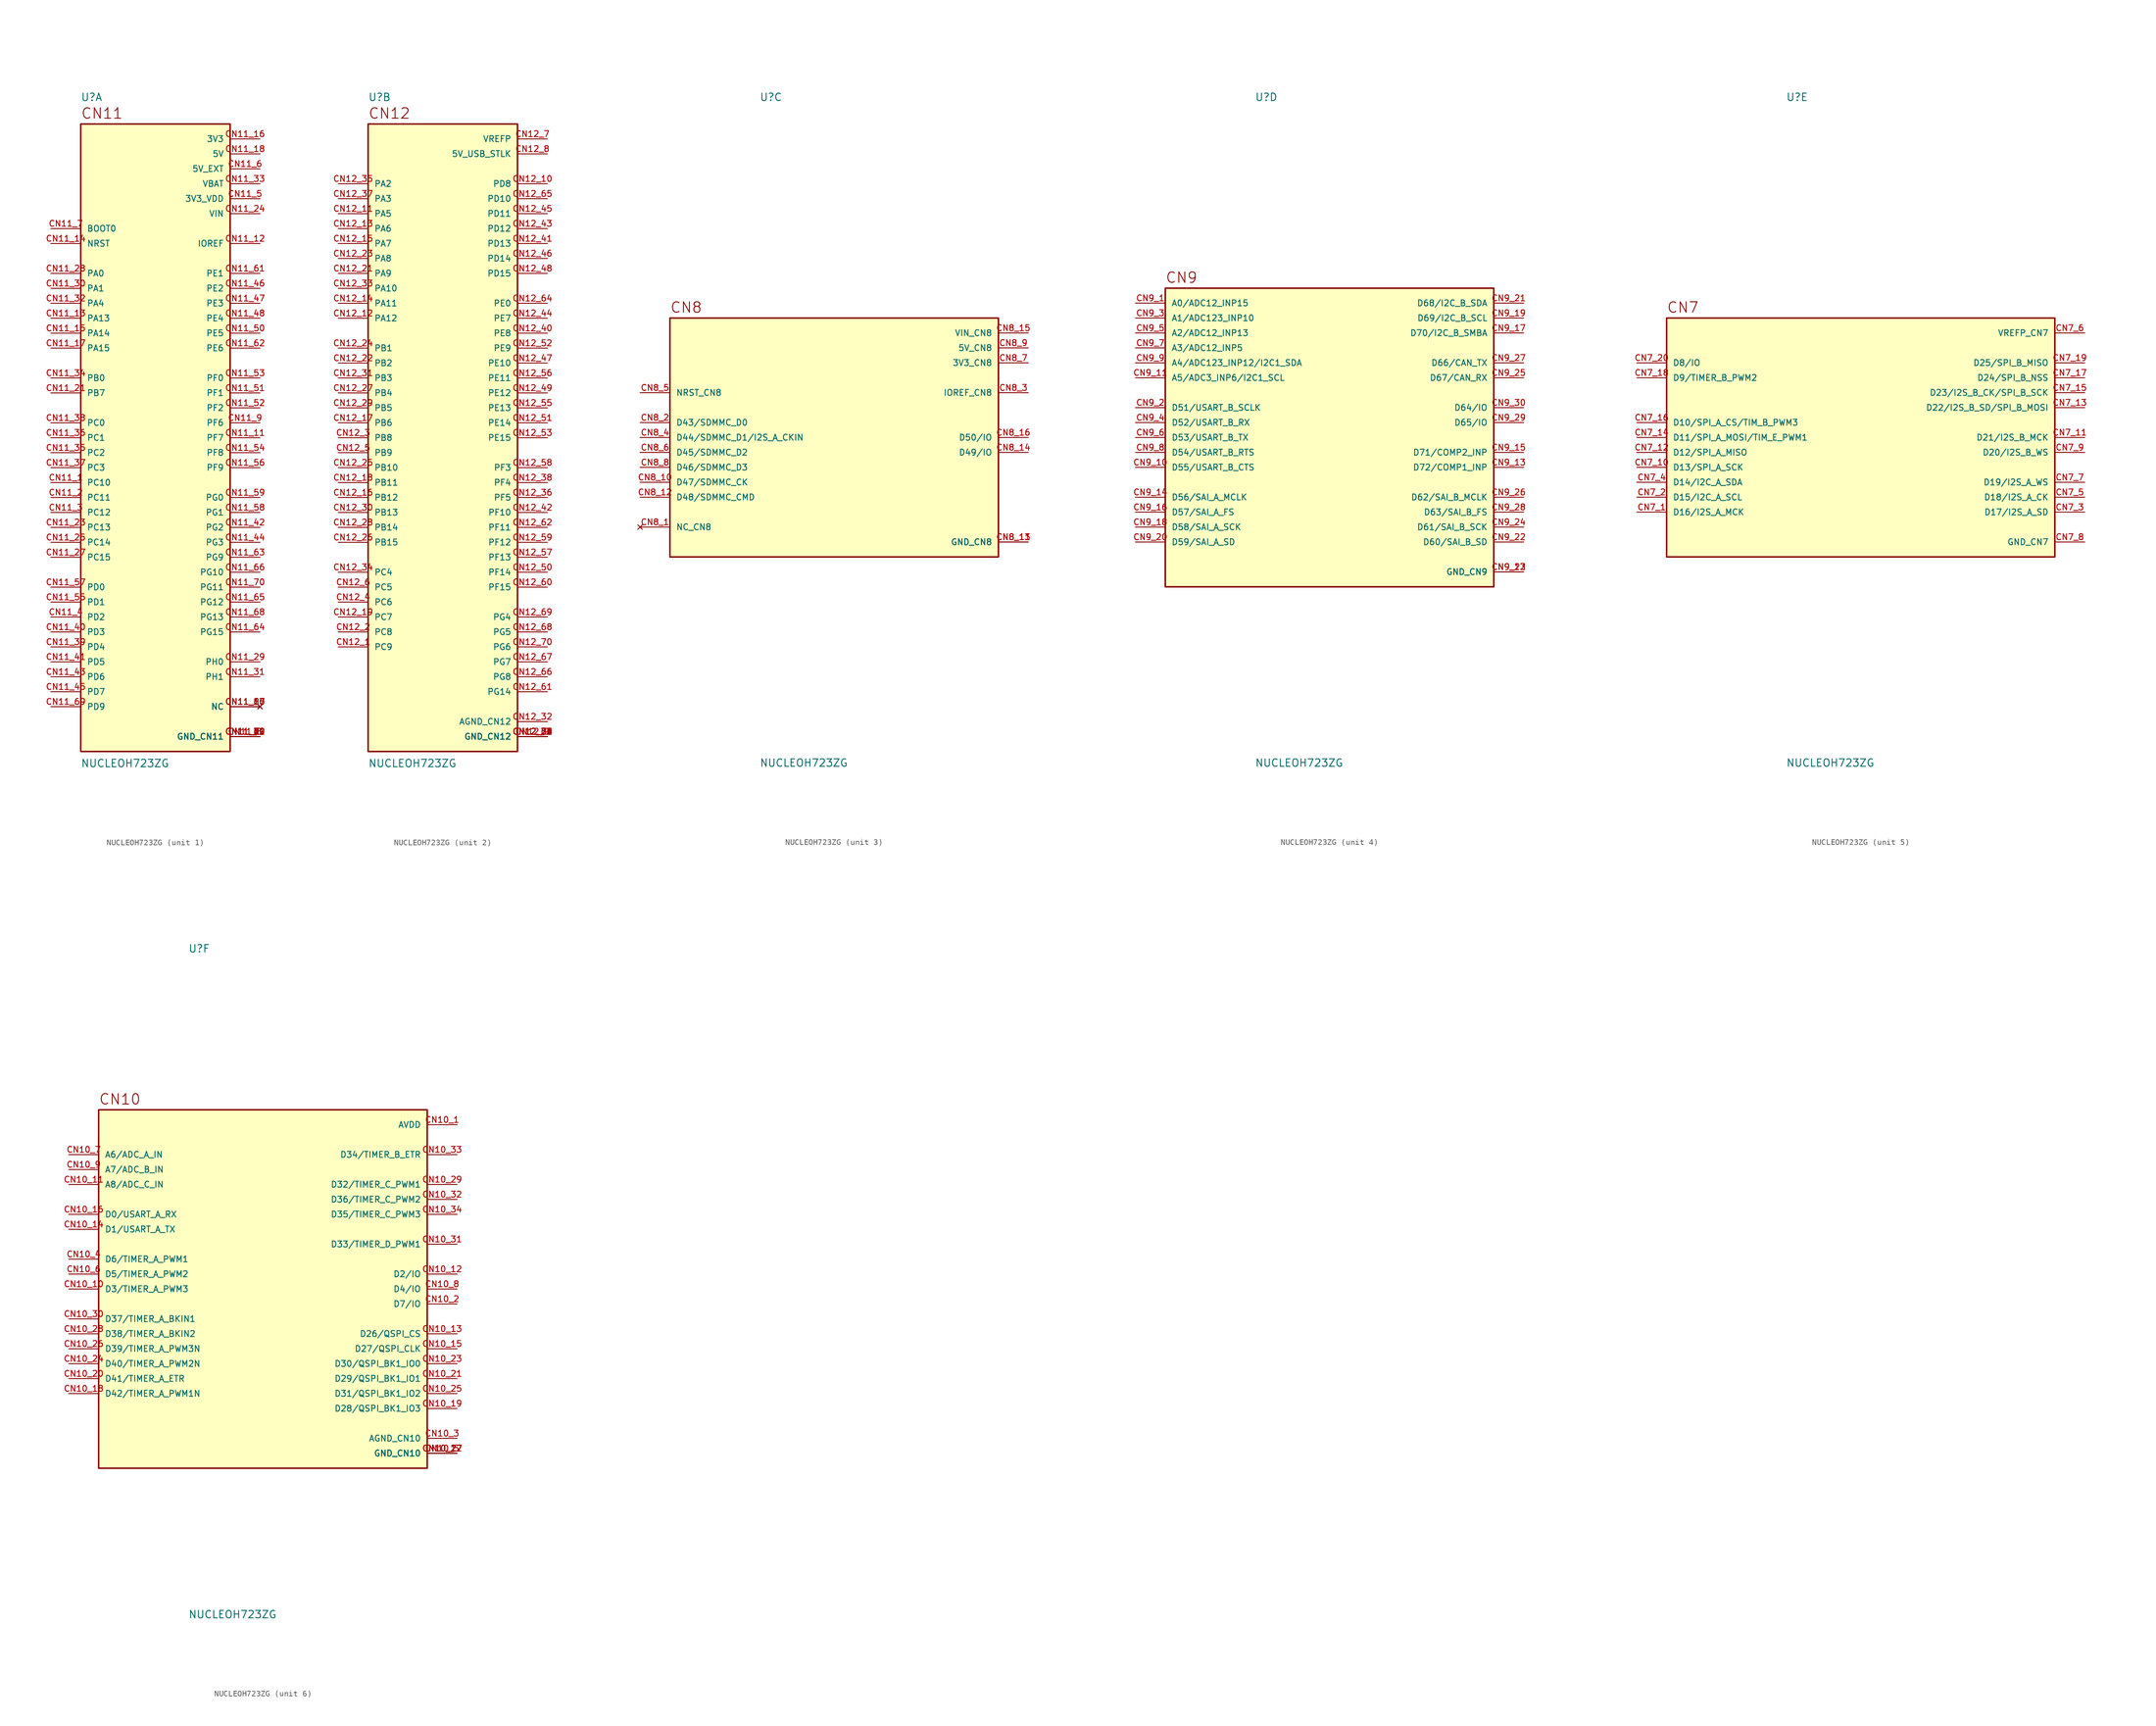
<source format=kicad_sym>
(kicad_symbol_lib
  (version 20220914)
  (generator kicad_symbol_editor)
  (symbol "NUCLEOH723ZG"
    (pin_names
      (offset 1.016))
    (property "Reference" "U"
      (at -12.7 57.15 0)
      (effects (font (size 1.27 1.27)) (justify left bottom)))
    (property "Value" "NUCLEOH723ZG"
      (at -12.7 -54.61 0)
      (effects (font (size 1.27 1.27)) (justify left top)))
    (symbol "NUCLEOH723ZG_1_0"
      (rectangle (start -12.7 -53.34) (end 12.7 53.34) (stroke (width 0.254) (type default)) (fill (type background)))
      (text "CN11" (at -12.7 54.102 0) (effects (font (size 1.778 1.778)) (justify left bottom)))
      (pin bidirectional line (at -17.78 -7.62 0) (length 5.08) (name "PC10" (effects (font (size 1.016 1.016)))) (number "CN11_1" (effects (font (size 1.016 1.016)))))
      (pin no_connect line (at 17.78 -45.72 180) (length 5.08) (name "NC" (effects (font (size 1.016 1.016)))) (number "CN11_10" (effects (font (size 1.016 1.016)))))
      (pin bidirectional line (at 17.78 0 180) (length 5.08) (name "PF7" (effects (font (size 1.016 1.016)))) (number "CN11_11" (effects (font (size 1.016 1.016)))))
      (pin bidirectional line (at 17.78 33.02 180) (length 5.08) (name "IOREF" (effects (font (size 1.016 1.016)))) (number "CN11_12" (effects (font (size 1.016 1.016)))))
      (pin bidirectional line (at -17.78 20.32 0) (length 5.08) (name "PA13" (effects (font (size 1.016 1.016)))) (number "CN11_13" (effects (font (size 1.016 1.016)))))
      (pin input line (at -17.78 33.02 0) (length 5.08) (name "NRST" (effects (font (size 1.016 1.016)))) (number "CN11_14" (effects (font (size 1.016 1.016)))))
      (pin bidirectional line (at -17.78 17.78 0) (length 5.08) (name "PA14" (effects (font (size 1.016 1.016)))) (number "CN11_15" (effects (font (size 1.016 1.016)))))
      (pin power_in line (at 17.78 50.8 180) (length 5.08) (name "3V3" (effects (font (size 1.016 1.016)))) (number "CN11_16" (effects (font (size 1.016 1.016)))))
      (pin bidirectional line (at -17.78 15.24 0) (length 5.08) (name "PA15" (effects (font (size 1.016 1.016)))) (number "CN11_17" (effects (font (size 1.016 1.016)))))
      (pin power_in line (at 17.78 48.26 180) (length 5.08) (name "5V" (effects (font (size 1.016 1.016)))) (number "CN11_18" (effects (font (size 1.016 1.016)))))
      (pin power_in line (at 17.78 -50.8 180) (length 5.08) (name "GND_CN11" (effects (font (size 1.016 1.016)))) (number "CN11_19" (effects (font (size 1.016 1.016)))))
      (pin bidirectional line (at -17.78 -10.16 0) (length 5.08) (name "PC11" (effects (font (size 1.016 1.016)))) (number "CN11_2" (effects (font (size 1.016 1.016)))))
      (pin power_in line (at 17.78 -50.8 180) (length 5.08) (name "GND_CN11" (effects (font (size 1.016 1.016)))) (number "CN11_20" (effects (font (size 1.016 1.016)))))
      (pin bidirectional line (at -17.78 7.62 0) (length 5.08) (name "PB7" (effects (font (size 1.016 1.016)))) (number "CN11_21" (effects (font (size 1.016 1.016)))))
      (pin power_in line (at 17.78 -50.8 180) (length 5.08) (name "GND_CN11" (effects (font (size 1.016 1.016)))) (number "CN11_22" (effects (font (size 1.016 1.016)))))
      (pin bidirectional line (at -17.78 -15.24 0) (length 5.08) (name "PC13" (effects (font (size 1.016 1.016)))) (number "CN11_23" (effects (font (size 1.016 1.016)))))
      (pin power_in line (at 17.78 38.1 180) (length 5.08) (name "VIN" (effects (font (size 1.016 1.016)))) (number "CN11_24" (effects (font (size 1.016 1.016)))))
      (pin bidirectional line (at -17.78 -17.78 0) (length 5.08) (name "PC14" (effects (font (size 1.016 1.016)))) (number "CN11_25" (effects (font (size 1.016 1.016)))))
      (pin no_connect line (at 17.78 -45.72 180) (length 5.08) (name "NC" (effects (font (size 1.016 1.016)))) (number "CN11_26" (effects (font (size 1.016 1.016)))))
      (pin bidirectional line (at -17.78 -20.32 0) (length 5.08) (name "PC15" (effects (font (size 1.016 1.016)))) (number "CN11_27" (effects (font (size 1.016 1.016)))))
      (pin bidirectional line (at -17.78 27.94 0) (length 5.08) (name "PA0" (effects (font (size 1.016 1.016)))) (number "CN11_28" (effects (font (size 1.016 1.016)))))
      (pin bidirectional line (at 17.78 -38.1 180) (length 5.08) (name "PH0" (effects (font (size 1.016 1.016)))) (number "CN11_29" (effects (font (size 1.016 1.016)))))
      (pin bidirectional line (at -17.78 -12.7 0) (length 5.08) (name "PC12" (effects (font (size 1.016 1.016)))) (number "CN11_3" (effects (font (size 1.016 1.016)))))
      (pin bidirectional line (at -17.78 25.4 0) (length 5.08) (name "PA1" (effects (font (size 1.016 1.016)))) (number "CN11_30" (effects (font (size 1.016 1.016)))))
      (pin bidirectional line (at 17.78 -40.64 180) (length 5.08) (name "PH1" (effects (font (size 1.016 1.016)))) (number "CN11_31" (effects (font (size 1.016 1.016)))))
      (pin bidirectional line (at -17.78 22.86 0) (length 5.08) (name "PA4" (effects (font (size 1.016 1.016)))) (number "CN11_32" (effects (font (size 1.016 1.016)))))
      (pin power_in line (at 17.78 43.18 180) (length 5.08) (name "VBAT" (effects (font (size 1.016 1.016)))) (number "CN11_33" (effects (font (size 1.016 1.016)))))
      (pin bidirectional line (at -17.78 10.16 0) (length 5.08) (name "PB0" (effects (font (size 1.016 1.016)))) (number "CN11_34" (effects (font (size 1.016 1.016)))))
      (pin bidirectional line (at -17.78 -2.54 0) (length 5.08) (name "PC2" (effects (font (size 1.016 1.016)))) (number "CN11_35" (effects (font (size 1.016 1.016)))))
      (pin bidirectional line (at -17.78 0 0) (length 5.08) (name "PC1" (effects (font (size 1.016 1.016)))) (number "CN11_36" (effects (font (size 1.016 1.016)))))
      (pin bidirectional line (at -17.78 -5.08 0) (length 5.08) (name "PC3" (effects (font (size 1.016 1.016)))) (number "CN11_37" (effects (font (size 1.016 1.016)))))
      (pin bidirectional line (at -17.78 2.54 0) (length 5.08) (name "PC0" (effects (font (size 1.016 1.016)))) (number "CN11_38" (effects (font (size 1.016 1.016)))))
      (pin bidirectional line (at -17.78 -35.56 0) (length 5.08) (name "PD4" (effects (font (size 1.016 1.016)))) (number "CN11_39" (effects (font (size 1.016 1.016)))))
      (pin bidirectional line (at -17.78 -30.48 0) (length 5.08) (name "PD2" (effects (font (size 1.016 1.016)))) (number "CN11_4" (effects (font (size 1.016 1.016)))))
      (pin bidirectional line (at -17.78 -33.02 0) (length 5.08) (name "PD3" (effects (font (size 1.016 1.016)))) (number "CN11_40" (effects (font (size 1.016 1.016)))))
      (pin bidirectional line (at -17.78 -38.1 0) (length 5.08) (name "PD5" (effects (font (size 1.016 1.016)))) (number "CN11_41" (effects (font (size 1.016 1.016)))))
      (pin bidirectional line (at 17.78 -15.24 180) (length 5.08) (name "PG2" (effects (font (size 1.016 1.016)))) (number "CN11_42" (effects (font (size 1.016 1.016)))))
      (pin bidirectional line (at -17.78 -40.64 0) (length 5.08) (name "PD6" (effects (font (size 1.016 1.016)))) (number "CN11_43" (effects (font (size 1.016 1.016)))))
      (pin bidirectional line (at 17.78 -17.78 180) (length 5.08) (name "PG3" (effects (font (size 1.016 1.016)))) (number "CN11_44" (effects (font (size 1.016 1.016)))))
      (pin bidirectional line (at -17.78 -43.18 0) (length 5.08) (name "PD7" (effects (font (size 1.016 1.016)))) (number "CN11_45" (effects (font (size 1.016 1.016)))))
      (pin bidirectional line (at 17.78 25.4 180) (length 5.08) (name "PE2" (effects (font (size 1.016 1.016)))) (number "CN11_46" (effects (font (size 1.016 1.016)))))
      (pin bidirectional line (at 17.78 22.86 180) (length 5.08) (name "PE3" (effects (font (size 1.016 1.016)))) (number "CN11_47" (effects (font (size 1.016 1.016)))))
      (pin bidirectional line (at 17.78 20.32 180) (length 5.08) (name "PE4" (effects (font (size 1.016 1.016)))) (number "CN11_48" (effects (font (size 1.016 1.016)))))
      (pin power_in line (at 17.78 -50.8 180) (length 5.08) (name "GND_CN11" (effects (font (size 1.016 1.016)))) (number "CN11_49" (effects (font (size 1.016 1.016)))))
      (pin power_in line (at 17.78 40.64 180) (length 5.08) (name "3V3_VDD" (effects (font (size 1.016 1.016)))) (number "CN11_5" (effects (font (size 1.016 1.016)))))
      (pin bidirectional line (at 17.78 17.78 180) (length 5.08) (name "PE5" (effects (font (size 1.016 1.016)))) (number "CN11_50" (effects (font (size 1.016 1.016)))))
      (pin bidirectional line (at 17.78 7.62 180) (length 5.08) (name "PF1" (effects (font (size 1.016 1.016)))) (number "CN11_51" (effects (font (size 1.016 1.016)))))
      (pin bidirectional line (at 17.78 5.08 180) (length 5.08) (name "PF2" (effects (font (size 1.016 1.016)))) (number "CN11_52" (effects (font (size 1.016 1.016)))))
      (pin bidirectional line (at 17.78 10.16 180) (length 5.08) (name "PF0" (effects (font (size 1.016 1.016)))) (number "CN11_53" (effects (font (size 1.016 1.016)))))
      (pin bidirectional line (at 17.78 -2.54 180) (length 5.08) (name "PF8" (effects (font (size 1.016 1.016)))) (number "CN11_54" (effects (font (size 1.016 1.016)))))
      (pin bidirectional line (at -17.78 -27.94 0) (length 5.08) (name "PD1" (effects (font (size 1.016 1.016)))) (number "CN11_55" (effects (font (size 1.016 1.016)))))
      (pin bidirectional line (at 17.78 -5.08 180) (length 5.08) (name "PF9" (effects (font (size 1.016 1.016)))) (number "CN11_56" (effects (font (size 1.016 1.016)))))
      (pin bidirectional line (at -17.78 -25.4 0) (length 5.08) (name "PD0" (effects (font (size 1.016 1.016)))) (number "CN11_57" (effects (font (size 1.016 1.016)))))
      (pin bidirectional line (at 17.78 -12.7 180) (length 5.08) (name "PG1" (effects (font (size 1.016 1.016)))) (number "CN11_58" (effects (font (size 1.016 1.016)))))
      (pin bidirectional line (at 17.78 -10.16 180) (length 5.08) (name "PG0" (effects (font (size 1.016 1.016)))) (number "CN11_59" (effects (font (size 1.016 1.016)))))
      (pin power_in line (at 17.78 45.72 180) (length 5.08) (name "5V_EXT" (effects (font (size 1.016 1.016)))) (number "CN11_6" (effects (font (size 1.016 1.016)))))
      (pin power_in line (at 17.78 -50.8 180) (length 5.08) (name "GND_CN11" (effects (font (size 1.016 1.016)))) (number "CN11_60" (effects (font (size 1.016 1.016)))))
      (pin bidirectional line (at 17.78 27.94 180) (length 5.08) (name "PE1" (effects (font (size 1.016 1.016)))) (number "CN11_61" (effects (font (size 1.016 1.016)))))
      (pin bidirectional line (at 17.78 15.24 180) (length 5.08) (name "PE6" (effects (font (size 1.016 1.016)))) (number "CN11_62" (effects (font (size 1.016 1.016)))))
      (pin bidirectional line (at 17.78 -20.32 180) (length 5.08) (name "PG9" (effects (font (size 1.016 1.016)))) (number "CN11_63" (effects (font (size 1.016 1.016)))))
      (pin bidirectional line (at 17.78 -33.02 180) (length 5.08) (name "PG15" (effects (font (size 1.016 1.016)))) (number "CN11_64" (effects (font (size 1.016 1.016)))))
      (pin bidirectional line (at 17.78 -27.94 180) (length 5.08) (name "PG12" (effects (font (size 1.016 1.016)))) (number "CN11_65" (effects (font (size 1.016 1.016)))))
      (pin bidirectional line (at 17.78 -22.86 180) (length 5.08) (name "PG10" (effects (font (size 1.016 1.016)))) (number "CN11_66" (effects (font (size 1.016 1.016)))))
      (pin no_connect line (at 17.78 -45.72 180) (length 5.08) (name "NC" (effects (font (size 1.016 1.016)))) (number "CN11_67" (effects (font (size 1.016 1.016)))))
      (pin bidirectional line (at 17.78 -30.48 180) (length 5.08) (name "PG13" (effects (font (size 1.016 1.016)))) (number "CN11_68" (effects (font (size 1.016 1.016)))))
      (pin bidirectional line (at -17.78 -45.72 0) (length 5.08) (name "PD9" (effects (font (size 1.016 1.016)))) (number "CN11_69" (effects (font (size 1.016 1.016)))))
      (pin input line (at -17.78 35.56 0) (length 5.08) (name "BOOT0" (effects (font (size 1.016 1.016)))) (number "CN11_7" (effects (font (size 1.016 1.016)))))
      (pin bidirectional line (at 17.78 -25.4 180) (length 5.08) (name "PG11" (effects (font (size 1.016 1.016)))) (number "CN11_70" (effects (font (size 1.016 1.016)))))
      (pin power_in line (at 17.78 -50.8 180) (length 5.08) (name "GND_CN11" (effects (font (size 1.016 1.016)))) (number "CN11_71" (effects (font (size 1.016 1.016)))))
      (pin power_in line (at 17.78 -50.8 180) (length 5.08) (name "GND_CN11" (effects (font (size 1.016 1.016)))) (number "CN11_72" (effects (font (size 1.016 1.016)))))
      (pin power_in line (at 17.78 -50.8 180) (length 5.08) (name "GND_CN11" (effects (font (size 1.016 1.016)))) (number "CN11_8" (effects (font (size 1.016 1.016)))))
      (pin bidirectional line (at 17.78 2.54 180) (length 5.08) (name "PF6" (effects (font (size 1.016 1.016)))) (number "CN11_9" (effects (font (size 1.016 1.016))))))
    (symbol "NUCLEOH723ZG_2_0"
      (rectangle (start -12.7 -53.34) (end 12.7 53.34) (stroke (width 0.254) (type default)) (fill (type background)))
      (text "CN12" (at -12.7 54.102 0) (effects (font (size 1.778 1.778)) (justify left bottom)))
      (pin bidirectional line (at -17.78 -35.56 0) (length 5.08) (name "PC9" (effects (font (size 1.016 1.016)))) (number "CN12_1" (effects (font (size 1.016 1.016)))))
      (pin bidirectional line (at 17.78 43.18 180) (length 5.08) (name "PD8" (effects (font (size 1.016 1.016)))) (number "CN12_10" (effects (font (size 1.016 1.016)))))
      (pin bidirectional line (at -17.78 38.1 0) (length 5.08) (name "PA5" (effects (font (size 1.016 1.016)))) (number "CN12_11" (effects (font (size 1.016 1.016)))))
      (pin bidirectional line (at -17.78 20.32 0) (length 5.08) (name "PA12" (effects (font (size 1.016 1.016)))) (number "CN12_12" (effects (font (size 1.016 1.016)))))
      (pin bidirectional line (at -17.78 35.56 0) (length 5.08) (name "PA6" (effects (font (size 1.016 1.016)))) (number "CN12_13" (effects (font (size 1.016 1.016)))))
      (pin bidirectional line (at -17.78 22.86 0) (length 5.08) (name "PA11" (effects (font (size 1.016 1.016)))) (number "CN12_14" (effects (font (size 1.016 1.016)))))
      (pin bidirectional line (at -17.78 33.02 0) (length 5.08) (name "PA7" (effects (font (size 1.016 1.016)))) (number "CN12_15" (effects (font (size 1.016 1.016)))))
      (pin bidirectional line (at -17.78 -10.16 0) (length 5.08) (name "PB12" (effects (font (size 1.016 1.016)))) (number "CN12_16" (effects (font (size 1.016 1.016)))))
      (pin bidirectional line (at -17.78 2.54 0) (length 5.08) (name "PB6" (effects (font (size 1.016 1.016)))) (number "CN12_17" (effects (font (size 1.016 1.016)))))
      (pin bidirectional line (at -17.78 -7.62 0) (length 5.08) (name "PB11" (effects (font (size 1.016 1.016)))) (number "CN12_18" (effects (font (size 1.016 1.016)))))
      (pin bidirectional line (at -17.78 -30.48 0) (length 5.08) (name "PC7" (effects (font (size 1.016 1.016)))) (number "CN12_19" (effects (font (size 1.016 1.016)))))
      (pin bidirectional line (at -17.78 -33.02 0) (length 5.08) (name "PC8" (effects (font (size 1.016 1.016)))) (number "CN12_2" (effects (font (size 1.016 1.016)))))
      (pin power_in line (at 17.78 -50.8 180) (length 5.08) (name "GND_CN12" (effects (font (size 1.016 1.016)))) (number "CN12_20" (effects (font (size 1.016 1.016)))))
      (pin bidirectional line (at -17.78 27.94 0) (length 5.08) (name "PA9" (effects (font (size 1.016 1.016)))) (number "CN12_21" (effects (font (size 1.016 1.016)))))
      (pin bidirectional line (at -17.78 12.7 0) (length 5.08) (name "PB2" (effects (font (size 1.016 1.016)))) (number "CN12_22" (effects (font (size 1.016 1.016)))))
      (pin bidirectional line (at -17.78 30.48 0) (length 5.08) (name "PA8" (effects (font (size 1.016 1.016)))) (number "CN12_23" (effects (font (size 1.016 1.016)))))
      (pin bidirectional line (at -17.78 15.24 0) (length 5.08) (name "PB1" (effects (font (size 1.016 1.016)))) (number "CN12_24" (effects (font (size 1.016 1.016)))))
      (pin bidirectional line (at -17.78 -5.08 0) (length 5.08) (name "PB10" (effects (font (size 1.016 1.016)))) (number "CN12_25" (effects (font (size 1.016 1.016)))))
      (pin bidirectional line (at -17.78 -17.78 0) (length 5.08) (name "PB15" (effects (font (size 1.016 1.016)))) (number "CN12_26" (effects (font (size 1.016 1.016)))))
      (pin bidirectional line (at -17.78 7.62 0) (length 5.08) (name "PB4" (effects (font (size 1.016 1.016)))) (number "CN12_27" (effects (font (size 1.016 1.016)))))
      (pin bidirectional line (at -17.78 -15.24 0) (length 5.08) (name "PB14" (effects (font (size 1.016 1.016)))) (number "CN12_28" (effects (font (size 1.016 1.016)))))
      (pin bidirectional line (at -17.78 5.08 0) (length 5.08) (name "PB5" (effects (font (size 1.016 1.016)))) (number "CN12_29" (effects (font (size 1.016 1.016)))))
      (pin bidirectional line (at -17.78 0 0) (length 5.08) (name "PB8" (effects (font (size 1.016 1.016)))) (number "CN12_3" (effects (font (size 1.016 1.016)))))
      (pin bidirectional line (at -17.78 -12.7 0) (length 5.08) (name "PB13" (effects (font (size 1.016 1.016)))) (number "CN12_30" (effects (font (size 1.016 1.016)))))
      (pin bidirectional line (at -17.78 10.16 0) (length 5.08) (name "PB3" (effects (font (size 1.016 1.016)))) (number "CN12_31" (effects (font (size 1.016 1.016)))))
      (pin power_in line (at 17.78 -48.26 180) (length 5.08) (name "AGND_CN12" (effects (font (size 1.016 1.016)))) (number "CN12_32" (effects (font (size 1.016 1.016)))))
      (pin bidirectional line (at -17.78 25.4 0) (length 5.08) (name "PA10" (effects (font (size 1.016 1.016)))) (number "CN12_33" (effects (font (size 1.016 1.016)))))
      (pin bidirectional line (at -17.78 -22.86 0) (length 5.08) (name "PC4" (effects (font (size 1.016 1.016)))) (number "CN12_34" (effects (font (size 1.016 1.016)))))
      (pin bidirectional line (at -17.78 43.18 0) (length 5.08) (name "PA2" (effects (font (size 1.016 1.016)))) (number "CN12_35" (effects (font (size 1.016 1.016)))))
      (pin bidirectional line (at 17.78 -10.16 180) (length 5.08) (name "PF5" (effects (font (size 1.016 1.016)))) (number "CN12_36" (effects (font (size 1.016 1.016)))))
      (pin bidirectional line (at -17.78 40.64 0) (length 5.08) (name "PA3" (effects (font (size 1.016 1.016)))) (number "CN12_37" (effects (font (size 1.016 1.016)))))
      (pin bidirectional line (at 17.78 -7.62 180) (length 5.08) (name "PF4" (effects (font (size 1.016 1.016)))) (number "CN12_38" (effects (font (size 1.016 1.016)))))
      (pin power_in line (at 17.78 -50.8 180) (length 5.08) (name "GND_CN12" (effects (font (size 1.016 1.016)))) (number "CN12_39" (effects (font (size 1.016 1.016)))))
      (pin bidirectional line (at -17.78 -27.94 0) (length 5.08) (name "PC6" (effects (font (size 1.016 1.016)))) (number "CN12_4" (effects (font (size 1.016 1.016)))))
      (pin bidirectional line (at 17.78 17.78 180) (length 5.08) (name "PE8" (effects (font (size 1.016 1.016)))) (number "CN12_40" (effects (font (size 1.016 1.016)))))
      (pin bidirectional line (at 17.78 33.02 180) (length 5.08) (name "PD13" (effects (font (size 1.016 1.016)))) (number "CN12_41" (effects (font (size 1.016 1.016)))))
      (pin bidirectional line (at 17.78 -12.7 180) (length 5.08) (name "PF10" (effects (font (size 1.016 1.016)))) (number "CN12_42" (effects (font (size 1.016 1.016)))))
      (pin bidirectional line (at 17.78 35.56 180) (length 5.08) (name "PD12" (effects (font (size 1.016 1.016)))) (number "CN12_43" (effects (font (size 1.016 1.016)))))
      (pin bidirectional line (at 17.78 20.32 180) (length 5.08) (name "PE7" (effects (font (size 1.016 1.016)))) (number "CN12_44" (effects (font (size 1.016 1.016)))))
      (pin bidirectional line (at 17.78 38.1 180) (length 5.08) (name "PD11" (effects (font (size 1.016 1.016)))) (number "CN12_45" (effects (font (size 1.016 1.016)))))
      (pin bidirectional line (at 17.78 30.48 180) (length 5.08) (name "PD14" (effects (font (size 1.016 1.016)))) (number "CN12_46" (effects (font (size 1.016 1.016)))))
      (pin bidirectional line (at 17.78 12.7 180) (length 5.08) (name "PE10" (effects (font (size 1.016 1.016)))) (number "CN12_47" (effects (font (size 1.016 1.016)))))
      (pin bidirectional line (at 17.78 27.94 180) (length 5.08) (name "PD15" (effects (font (size 1.016 1.016)))) (number "CN12_48" (effects (font (size 1.016 1.016)))))
      (pin bidirectional line (at 17.78 7.62 180) (length 5.08) (name "PE12" (effects (font (size 1.016 1.016)))) (number "CN12_49" (effects (font (size 1.016 1.016)))))
      (pin bidirectional line (at -17.78 -2.54 0) (length 5.08) (name "PB9" (effects (font (size 1.016 1.016)))) (number "CN12_5" (effects (font (size 1.016 1.016)))))
      (pin bidirectional line (at 17.78 -22.86 180) (length 5.08) (name "PF14" (effects (font (size 1.016 1.016)))) (number "CN12_50" (effects (font (size 1.016 1.016)))))
      (pin bidirectional line (at 17.78 2.54 180) (length 5.08) (name "PE14" (effects (font (size 1.016 1.016)))) (number "CN12_51" (effects (font (size 1.016 1.016)))))
      (pin bidirectional line (at 17.78 15.24 180) (length 5.08) (name "PE9" (effects (font (size 1.016 1.016)))) (number "CN12_52" (effects (font (size 1.016 1.016)))))
      (pin bidirectional line (at 17.78 0 180) (length 5.08) (name "PE15" (effects (font (size 1.016 1.016)))) (number "CN12_53" (effects (font (size 1.016 1.016)))))
      (pin power_in line (at 17.78 -50.8 180) (length 5.08) (name "GND_CN12" (effects (font (size 1.016 1.016)))) (number "CN12_54" (effects (font (size 1.016 1.016)))))
      (pin bidirectional line (at 17.78 5.08 180) (length 5.08) (name "PE13" (effects (font (size 1.016 1.016)))) (number "CN12_55" (effects (font (size 1.016 1.016)))))
      (pin bidirectional line (at 17.78 10.16 180) (length 5.08) (name "PE11" (effects (font (size 1.016 1.016)))) (number "CN12_56" (effects (font (size 1.016 1.016)))))
      (pin bidirectional line (at 17.78 -20.32 180) (length 5.08) (name "PF13" (effects (font (size 1.016 1.016)))) (number "CN12_57" (effects (font (size 1.016 1.016)))))
      (pin bidirectional line (at 17.78 -5.08 180) (length 5.08) (name "PF3" (effects (font (size 1.016 1.016)))) (number "CN12_58" (effects (font (size 1.016 1.016)))))
      (pin bidirectional line (at 17.78 -17.78 180) (length 5.08) (name "PF12" (effects (font (size 1.016 1.016)))) (number "CN12_59" (effects (font (size 1.016 1.016)))))
      (pin bidirectional line (at -17.78 -25.4 0) (length 5.08) (name "PC5" (effects (font (size 1.016 1.016)))) (number "CN12_6" (effects (font (size 1.016 1.016)))))
      (pin bidirectional line (at 17.78 -25.4 180) (length 5.08) (name "PF15" (effects (font (size 1.016 1.016)))) (number "CN12_60" (effects (font (size 1.016 1.016)))))
      (pin bidirectional line (at 17.78 -43.18 180) (length 5.08) (name "PG14" (effects (font (size 1.016 1.016)))) (number "CN12_61" (effects (font (size 1.016 1.016)))))
      (pin bidirectional line (at 17.78 -15.24 180) (length 5.08) (name "PF11" (effects (font (size 1.016 1.016)))) (number "CN12_62" (effects (font (size 1.016 1.016)))))
      (pin power_in line (at 17.78 -50.8 180) (length 5.08) (name "GND_CN12" (effects (font (size 1.016 1.016)))) (number "CN12_63" (effects (font (size 1.016 1.016)))))
      (pin bidirectional line (at 17.78 22.86 180) (length 5.08) (name "PE0" (effects (font (size 1.016 1.016)))) (number "CN12_64" (effects (font (size 1.016 1.016)))))
      (pin bidirectional line (at 17.78 40.64 180) (length 5.08) (name "PD10" (effects (font (size 1.016 1.016)))) (number "CN12_65" (effects (font (size 1.016 1.016)))))
      (pin bidirectional line (at 17.78 -40.64 180) (length 5.08) (name "PG8" (effects (font (size 1.016 1.016)))) (number "CN12_66" (effects (font (size 1.016 1.016)))))
      (pin bidirectional line (at 17.78 -38.1 180) (length 5.08) (name "PG7" (effects (font (size 1.016 1.016)))) (number "CN12_67" (effects (font (size 1.016 1.016)))))
      (pin bidirectional line (at 17.78 -33.02 180) (length 5.08) (name "PG5" (effects (font (size 1.016 1.016)))) (number "CN12_68" (effects (font (size 1.016 1.016)))))
      (pin bidirectional line (at 17.78 -30.48 180) (length 5.08) (name "PG4" (effects (font (size 1.016 1.016)))) (number "CN12_69" (effects (font (size 1.016 1.016)))))
      (pin power_in line (at 17.78 50.8 180) (length 5.08) (name "VREFP" (effects (font (size 1.016 1.016)))) (number "CN12_7" (effects (font (size 1.016 1.016)))))
      (pin bidirectional line (at 17.78 -35.56 180) (length 5.08) (name "PG6" (effects (font (size 1.016 1.016)))) (number "CN12_70" (effects (font (size 1.016 1.016)))))
      (pin power_in line (at 17.78 -50.8 180) (length 5.08) (name "GND_CN12" (effects (font (size 1.016 1.016)))) (number "CN12_71" (effects (font (size 1.016 1.016)))))
      (pin power_in line (at 17.78 -50.8 180) (length 5.08) (name "GND_CN12" (effects (font (size 1.016 1.016)))) (number "CN12_72" (effects (font (size 1.016 1.016)))))
      (pin power_in line (at 17.78 48.26 180) (length 5.08) (name "5V_USB_STLK" (effects (font (size 1.016 1.016)))) (number "CN12_8" (effects (font (size 1.016 1.016)))))
      (pin power_in line (at 17.78 -50.8 180) (length 5.08) (name "GND_CN12" (effects (font (size 1.016 1.016)))) (number "CN12_9" (effects (font (size 1.016 1.016))))))
    (symbol "NUCLEOH723ZG_3_0"
      (rectangle (start -27.94 -20.32) (end 27.94 20.32) (stroke (width 0.254) (type default)) (fill (type background)))
      (text "CN8" (at -27.94 21.082 0) (effects (font (size 1.778 1.778)) (justify left bottom)))
      (pin no_connect line (at -33.02 -15.24 0) (length 5.08) (name "NC_CN8" (effects (font (size 1.016 1.016)))) (number "CN8_1" (effects (font (size 1.016 1.016)))))
      (pin bidirectional line (at -33.02 -7.62 0) (length 5.08) (name "D47/SDMMC_CK" (effects (font (size 1.016 1.016)))) (number "CN8_10" (effects (font (size 1.016 1.016)))))
      (pin power_in line (at 33.02 -17.78 180) (length 5.08) (name "GND_CN8" (effects (font (size 1.016 1.016)))) (number "CN8_11" (effects (font (size 1.016 1.016)))))
      (pin bidirectional line (at -33.02 -10.16 0) (length 5.08) (name "D48/SDMMC_CMD" (effects (font (size 1.016 1.016)))) (number "CN8_12" (effects (font (size 1.016 1.016)))))
      (pin power_in line (at 33.02 -17.78 180) (length 5.08) (name "GND_CN8" (effects (font (size 1.016 1.016)))) (number "CN8_13" (effects (font (size 1.016 1.016)))))
      (pin bidirectional line (at 33.02 -2.54 180) (length 5.08) (name "D49/IO" (effects (font (size 1.016 1.016)))) (number "CN8_14" (effects (font (size 1.016 1.016)))))
      (pin power_in line (at 33.02 17.78 180) (length 5.08) (name "VIN_CN8" (effects (font (size 1.016 1.016)))) (number "CN8_15" (effects (font (size 1.016 1.016)))))
      (pin bidirectional line (at 33.02 0 180) (length 5.08) (name "D50/IO" (effects (font (size 1.016 1.016)))) (number "CN8_16" (effects (font (size 1.016 1.016)))))
      (pin bidirectional line (at -33.02 2.54 0) (length 5.08) (name "D43/SDMMC_D0" (effects (font (size 1.016 1.016)))) (number "CN8_2" (effects (font (size 1.016 1.016)))))
      (pin bidirectional line (at 33.02 7.62 180) (length 5.08) (name "IOREF_CN8" (effects (font (size 1.016 1.016)))) (number "CN8_3" (effects (font (size 1.016 1.016)))))
      (pin bidirectional line (at -33.02 0 0) (length 5.08) (name "D44/SDMMC_D1/I2S_A_CKIN" (effects (font (size 1.016 1.016)))) (number "CN8_4" (effects (font (size 1.016 1.016)))))
      (pin input line (at -33.02 7.62 0) (length 5.08) (name "NRST_CN8" (effects (font (size 1.016 1.016)))) (number "CN8_5" (effects (font (size 1.016 1.016)))))
      (pin bidirectional line (at -33.02 -2.54 0) (length 5.08) (name "D45/SDMMC_D2" (effects (font (size 1.016 1.016)))) (number "CN8_6" (effects (font (size 1.016 1.016)))))
      (pin power_in line (at 33.02 12.7 180) (length 5.08) (name "3V3_CN8" (effects (font (size 1.016 1.016)))) (number "CN8_7" (effects (font (size 1.016 1.016)))))
      (pin bidirectional line (at -33.02 -5.08 0) (length 5.08) (name "D46/SDMMC_D3" (effects (font (size 1.016 1.016)))) (number "CN8_8" (effects (font (size 1.016 1.016)))))
      (pin power_in line (at 33.02 15.24 180) (length 5.08) (name "5V_CN8" (effects (font (size 1.016 1.016)))) (number "CN8_9" (effects (font (size 1.016 1.016))))))
    (symbol "NUCLEOH723ZG_4_0"
      (rectangle (start -27.94 -25.4) (end 27.94 25.4) (stroke (width 0.254) (type default)) (fill (type background)))
      (text "CN9" (at -27.94 26.162 0) (effects (font (size 1.778 1.778)) (justify left bottom)))
      (pin input line (at -33.02 22.86 0) (length 5.08) (name "A0/ADC12_INP15" (effects (font (size 1.016 1.016)))) (number "CN9_1" (effects (font (size 1.016 1.016)))))
      (pin bidirectional line (at -33.02 -5.08 0) (length 5.08) (name "D55/USART_B_CTS" (effects (font (size 1.016 1.016)))) (number "CN9_10" (effects (font (size 1.016 1.016)))))
      (pin input line (at -33.02 10.16 0) (length 5.08) (name "A5/ADC3_INP6/I2C1_SCL" (effects (font (size 1.016 1.016)))) (number "CN9_11" (effects (font (size 1.016 1.016)))))
      (pin power_in line (at 33.02 -22.86 180) (length 5.08) (name "GND_CN9" (effects (font (size 1.016 1.016)))) (number "CN9_12" (effects (font (size 1.016 1.016)))))
      (pin bidirectional line (at 33.02 -5.08 180) (length 5.08) (name "D72/COMP1_INP" (effects (font (size 1.016 1.016)))) (number "CN9_13" (effects (font (size 1.016 1.016)))))
      (pin bidirectional line (at -33.02 -10.16 0) (length 5.08) (name "D56/SAI_A_MCLK" (effects (font (size 1.016 1.016)))) (number "CN9_14" (effects (font (size 1.016 1.016)))))
      (pin bidirectional line (at 33.02 -2.54 180) (length 5.08) (name "D71/COMP2_INP" (effects (font (size 1.016 1.016)))) (number "CN9_15" (effects (font (size 1.016 1.016)))))
      (pin bidirectional line (at -33.02 -12.7 0) (length 5.08) (name "D57/SAI_A_FS" (effects (font (size 1.016 1.016)))) (number "CN9_16" (effects (font (size 1.016 1.016)))))
      (pin bidirectional line (at 33.02 17.78 180) (length 5.08) (name "D70/I2C_B_SMBA" (effects (font (size 1.016 1.016)))) (number "CN9_17" (effects (font (size 1.016 1.016)))))
      (pin bidirectional line (at -33.02 -15.24 0) (length 5.08) (name "D58/SAI_A_SCK" (effects (font (size 1.016 1.016)))) (number "CN9_18" (effects (font (size 1.016 1.016)))))
      (pin bidirectional line (at 33.02 20.32 180) (length 5.08) (name "D69/I2C_B_SCL" (effects (font (size 1.016 1.016)))) (number "CN9_19" (effects (font (size 1.016 1.016)))))
      (pin bidirectional line (at -33.02 5.08 0) (length 5.08) (name "D51/USART_B_SCLK" (effects (font (size 1.016 1.016)))) (number "CN9_2" (effects (font (size 1.016 1.016)))))
      (pin bidirectional line (at -33.02 -17.78 0) (length 5.08) (name "D59/SAI_A_SD" (effects (font (size 1.016 1.016)))) (number "CN9_20" (effects (font (size 1.016 1.016)))))
      (pin bidirectional line (at 33.02 22.86 180) (length 5.08) (name "D68/I2C_B_SDA" (effects (font (size 1.016 1.016)))) (number "CN9_21" (effects (font (size 1.016 1.016)))))
      (pin bidirectional line (at 33.02 -17.78 180) (length 5.08) (name "D60/SAI_B_SD" (effects (font (size 1.016 1.016)))) (number "CN9_22" (effects (font (size 1.016 1.016)))))
      (pin power_in line (at 33.02 -22.86 180) (length 5.08) (name "GND_CN9" (effects (font (size 1.016 1.016)))) (number "CN9_23" (effects (font (size 1.016 1.016)))))
      (pin bidirectional line (at 33.02 -15.24 180) (length 5.08) (name "D61/SAI_B_SCK" (effects (font (size 1.016 1.016)))) (number "CN9_24" (effects (font (size 1.016 1.016)))))
      (pin input line (at 33.02 10.16 180) (length 5.08) (name "D67/CAN_RX" (effects (font (size 1.016 1.016)))) (number "CN9_25" (effects (font (size 1.016 1.016)))))
      (pin bidirectional line (at 33.02 -10.16 180) (length 5.08) (name "D62/SAI_B_MCLK" (effects (font (size 1.016 1.016)))) (number "CN9_26" (effects (font (size 1.016 1.016)))))
      (pin output line (at 33.02 12.7 180) (length 5.08) (name "D66/CAN_TX" (effects (font (size 1.016 1.016)))) (number "CN9_27" (effects (font (size 1.016 1.016)))))
      (pin bidirectional line (at 33.02 -12.7 180) (length 5.08) (name "D63/SAI_B_FS" (effects (font (size 1.016 1.016)))) (number "CN9_28" (effects (font (size 1.016 1.016)))))
      (pin bidirectional line (at 33.02 2.54 180) (length 5.08) (name "D65/IO" (effects (font (size 1.016 1.016)))) (number "CN9_29" (effects (font (size 1.016 1.016)))))
      (pin input line (at -33.02 20.32 0) (length 5.08) (name "A1/ADC123_INP10" (effects (font (size 1.016 1.016)))) (number "CN9_3" (effects (font (size 1.016 1.016)))))
      (pin bidirectional line (at 33.02 5.08 180) (length 5.08) (name "D64/IO" (effects (font (size 1.016 1.016)))) (number "CN9_30" (effects (font (size 1.016 1.016)))))
      (pin bidirectional line (at -33.02 2.54 0) (length 5.08) (name "D52/USART_B_RX" (effects (font (size 1.016 1.016)))) (number "CN9_4" (effects (font (size 1.016 1.016)))))
      (pin input line (at -33.02 17.78 0) (length 5.08) (name "A2/ADC12_INP13" (effects (font (size 1.016 1.016)))) (number "CN9_5" (effects (font (size 1.016 1.016)))))
      (pin bidirectional line (at -33.02 0 0) (length 5.08) (name "D53/USART_B_TX" (effects (font (size 1.016 1.016)))) (number "CN9_6" (effects (font (size 1.016 1.016)))))
      (pin input line (at -33.02 15.24 0) (length 5.08) (name "A3/ADC12_INP5" (effects (font (size 1.016 1.016)))) (number "CN9_7" (effects (font (size 1.016 1.016)))))
      (pin bidirectional line (at -33.02 -2.54 0) (length 5.08) (name "D54/USART_B_RTS" (effects (font (size 1.016 1.016)))) (number "CN9_8" (effects (font (size 1.016 1.016)))))
      (pin input line (at -33.02 12.7 0) (length 5.08) (name "A4/ADC123_INP12/I2C1_SDA" (effects (font (size 1.016 1.016)))) (number "CN9_9" (effects (font (size 1.016 1.016))))))
    (symbol "NUCLEOH723ZG_5_0"
      (rectangle (start -33.02 -20.32) (end 33.02 20.32) (stroke (width 0.254) (type default)) (fill (type background)))
      (text "CN7" (at -33.02 21.082 0) (effects (font (size 1.778 1.778)) (justify left bottom)))
      (pin bidirectional line (at -38.1 -12.7 0) (length 5.08) (name "D16/I2S_A_MCK" (effects (font (size 1.016 1.016)))) (number "CN7_1" (effects (font (size 1.016 1.016)))))
      (pin bidirectional line (at -38.1 -5.08 0) (length 5.08) (name "D13/SPI_A_SCK" (effects (font (size 1.016 1.016)))) (number "CN7_10" (effects (font (size 1.016 1.016)))))
      (pin bidirectional line (at 38.1 0 180) (length 5.08) (name "D21/I2S_B_MCK" (effects (font (size 1.016 1.016)))) (number "CN7_11" (effects (font (size 1.016 1.016)))))
      (pin bidirectional line (at -38.1 -2.54 0) (length 5.08) (name "D12/SPI_A_MISO" (effects (font (size 1.016 1.016)))) (number "CN7_12" (effects (font (size 1.016 1.016)))))
      (pin bidirectional line (at 38.1 5.08 180) (length 5.08) (name "D22/I2S_B_SD/SPI_B_MOSI" (effects (font (size 1.016 1.016)))) (number "CN7_13" (effects (font (size 1.016 1.016)))))
      (pin bidirectional line (at -38.1 0 0) (length 5.08) (name "D11/SPI_A_MOSI/TIM_E_PWM1" (effects (font (size 1.016 1.016)))) (number "CN7_14" (effects (font (size 1.016 1.016)))))
      (pin bidirectional line (at 38.1 7.62 180) (length 5.08) (name "D23/I2S_B_CK/SPI_B_SCK" (effects (font (size 1.016 1.016)))) (number "CN7_15" (effects (font (size 1.016 1.016)))))
      (pin bidirectional line (at -38.1 2.54 0) (length 5.08) (name "D10/SPI_A_CS/TIM_B_PWM3" (effects (font (size 1.016 1.016)))) (number "CN7_16" (effects (font (size 1.016 1.016)))))
      (pin bidirectional line (at 38.1 10.16 180) (length 5.08) (name "D24/SPI_B_NSS" (effects (font (size 1.016 1.016)))) (number "CN7_17" (effects (font (size 1.016 1.016)))))
      (pin bidirectional line (at -38.1 10.16 0) (length 5.08) (name "D9/TIMER_B_PWM2" (effects (font (size 1.016 1.016)))) (number "CN7_18" (effects (font (size 1.016 1.016)))))
      (pin bidirectional line (at 38.1 12.7 180) (length 5.08) (name "D25/SPI_B_MISO" (effects (font (size 1.016 1.016)))) (number "CN7_19" (effects (font (size 1.016 1.016)))))
      (pin bidirectional line (at -38.1 -10.16 0) (length 5.08) (name "D15/I2C_A_SCL" (effects (font (size 1.016 1.016)))) (number "CN7_2" (effects (font (size 1.016 1.016)))))
      (pin bidirectional line (at -38.1 12.7 0) (length 5.08) (name "D8/IO" (effects (font (size 1.016 1.016)))) (number "CN7_20" (effects (font (size 1.016 1.016)))))
      (pin bidirectional line (at 38.1 -12.7 180) (length 5.08) (name "D17/I2S_A_SD" (effects (font (size 1.016 1.016)))) (number "CN7_3" (effects (font (size 1.016 1.016)))))
      (pin bidirectional line (at -38.1 -7.62 0) (length 5.08) (name "D14/I2C_A_SDA" (effects (font (size 1.016 1.016)))) (number "CN7_4" (effects (font (size 1.016 1.016)))))
      (pin bidirectional line (at 38.1 -10.16 180) (length 5.08) (name "D18/I2S_A_CK" (effects (font (size 1.016 1.016)))) (number "CN7_5" (effects (font (size 1.016 1.016)))))
      (pin power_in line (at 38.1 17.78 180) (length 5.08) (name "VREFP_CN7" (effects (font (size 1.016 1.016)))) (number "CN7_6" (effects (font (size 1.016 1.016)))))
      (pin bidirectional line (at 38.1 -7.62 180) (length 5.08) (name "D19/I2S_A_WS" (effects (font (size 1.016 1.016)))) (number "CN7_7" (effects (font (size 1.016 1.016)))))
      (pin power_in line (at 38.1 -17.78 180) (length 5.08) (name "GND_CN7" (effects (font (size 1.016 1.016)))) (number "CN7_8" (effects (font (size 1.016 1.016)))))
      (pin bidirectional line (at 38.1 -2.54 180) (length 5.08) (name "D20/I2S_B_WS" (effects (font (size 1.016 1.016)))) (number "CN7_9" (effects (font (size 1.016 1.016))))))
    (symbol "NUCLEOH723ZG_6_0"
      (rectangle (start -27.94 -30.48) (end 27.94 30.48) (stroke (width 0.254) (type default)) (fill (type background)))
      (text "CN10" (at -27.94 31.242 0) (effects (font (size 1.778 1.778)) (justify left bottom)))
      (pin power_in line (at 33.02 27.94 180) (length 5.08) (name "AVDD" (effects (font (size 1.016 1.016)))) (number "CN10_1" (effects (font (size 1.016 1.016)))))
      (pin bidirectional line (at -33.02 0 0) (length 5.08) (name "D3/TIMER_A_PWM3" (effects (font (size 1.016 1.016)))) (number "CN10_10" (effects (font (size 1.016 1.016)))))
      (pin input line (at -33.02 17.78 0) (length 5.08) (name "A8/ADC_C_IN" (effects (font (size 1.016 1.016)))) (number "CN10_11" (effects (font (size 1.016 1.016)))))
      (pin bidirectional line (at 33.02 2.54 180) (length 5.08) (name "D2/IO" (effects (font (size 1.016 1.016)))) (number "CN10_12" (effects (font (size 1.016 1.016)))))
      (pin bidirectional line (at 33.02 -7.62 180) (length 5.08) (name "D26/QSPI_CS" (effects (font (size 1.016 1.016)))) (number "CN10_13" (effects (font (size 1.016 1.016)))))
      (pin output line (at -33.02 10.16 0) (length 5.08) (name "D1/USART_A_TX" (effects (font (size 1.016 1.016)))) (number "CN10_14" (effects (font (size 1.016 1.016)))))
      (pin bidirectional line (at 33.02 -10.16 180) (length 5.08) (name "D27/QSPI_CLK" (effects (font (size 1.016 1.016)))) (number "CN10_15" (effects (font (size 1.016 1.016)))))
      (pin input line (at -33.02 12.7 0) (length 5.08) (name "D0/USART_A_RX" (effects (font (size 1.016 1.016)))) (number "CN10_16" (effects (font (size 1.016 1.016)))))
      (pin power_in line (at 33.02 -27.94 180) (length 5.08) (name "GND_CN10" (effects (font (size 1.016 1.016)))) (number "CN10_17" (effects (font (size 1.016 1.016)))))
      (pin bidirectional line (at -33.02 -17.78 0) (length 5.08) (name "D42/TIMER_A_PWM1N" (effects (font (size 1.016 1.016)))) (number "CN10_18" (effects (font (size 1.016 1.016)))))
      (pin bidirectional line (at 33.02 -20.32 180) (length 5.08) (name "D28/QSPI_BK1_IO3" (effects (font (size 1.016 1.016)))) (number "CN10_19" (effects (font (size 1.016 1.016)))))
      (pin bidirectional line (at 33.02 -2.54 180) (length 5.08) (name "D7/IO" (effects (font (size 1.016 1.016)))) (number "CN10_2" (effects (font (size 1.016 1.016)))))
      (pin bidirectional line (at -33.02 -15.24 0) (length 5.08) (name "D41/TIMER_A_ETR" (effects (font (size 1.016 1.016)))) (number "CN10_20" (effects (font (size 1.016 1.016)))))
      (pin bidirectional line (at 33.02 -15.24 180) (length 5.08) (name "D29/QSPI_BK1_IO1" (effects (font (size 1.016 1.016)))) (number "CN10_21" (effects (font (size 1.016 1.016)))))
      (pin power_in line (at 33.02 -27.94 180) (length 5.08) (name "GND_CN10" (effects (font (size 1.016 1.016)))) (number "CN10_22" (effects (font (size 1.016 1.016)))))
      (pin bidirectional line (at 33.02 -12.7 180) (length 5.08) (name "D30/QSPI_BK1_IO0" (effects (font (size 1.016 1.016)))) (number "CN10_23" (effects (font (size 1.016 1.016)))))
      (pin bidirectional line (at -33.02 -12.7 0) (length 5.08) (name "D40/TIMER_A_PWM2N" (effects (font (size 1.016 1.016)))) (number "CN10_24" (effects (font (size 1.016 1.016)))))
      (pin bidirectional line (at 33.02 -17.78 180) (length 5.08) (name "D31/QSPI_BK1_IO2" (effects (font (size 1.016 1.016)))) (number "CN10_25" (effects (font (size 1.016 1.016)))))
      (pin bidirectional line (at -33.02 -10.16 0) (length 5.08) (name "D39/TIMER_A_PWM3N" (effects (font (size 1.016 1.016)))) (number "CN10_26" (effects (font (size 1.016 1.016)))))
      (pin power_in line (at 33.02 -27.94 180) (length 5.08) (name "GND_CN10" (effects (font (size 1.016 1.016)))) (number "CN10_27" (effects (font (size 1.016 1.016)))))
      (pin bidirectional line (at -33.02 -7.62 0) (length 5.08) (name "D38/TIMER_A_BKIN2" (effects (font (size 1.016 1.016)))) (number "CN10_28" (effects (font (size 1.016 1.016)))))
      (pin bidirectional line (at 33.02 17.78 180) (length 5.08) (name "D32/TIMER_C_PWM1" (effects (font (size 1.016 1.016)))) (number "CN10_29" (effects (font (size 1.016 1.016)))))
      (pin power_in line (at 33.02 -25.4 180) (length 5.08) (name "AGND_CN10" (effects (font (size 1.016 1.016)))) (number "CN10_3" (effects (font (size 1.016 1.016)))))
      (pin bidirectional line (at -33.02 -5.08 0) (length 5.08) (name "D37/TIMER_A_BKIN1" (effects (font (size 1.016 1.016)))) (number "CN10_30" (effects (font (size 1.016 1.016)))))
      (pin bidirectional line (at 33.02 7.62 180) (length 5.08) (name "D33/TIMER_D_PWM1" (effects (font (size 1.016 1.016)))) (number "CN10_31" (effects (font (size 1.016 1.016)))))
      (pin bidirectional line (at 33.02 15.24 180) (length 5.08) (name "D36/TIMER_C_PWM2" (effects (font (size 1.016 1.016)))) (number "CN10_32" (effects (font (size 1.016 1.016)))))
      (pin bidirectional line (at 33.02 22.86 180) (length 5.08) (name "D34/TIMER_B_ETR" (effects (font (size 1.016 1.016)))) (number "CN10_33" (effects (font (size 1.016 1.016)))))
      (pin bidirectional line (at 33.02 12.7 180) (length 5.08) (name "D35/TIMER_C_PWM3" (effects (font (size 1.016 1.016)))) (number "CN10_34" (effects (font (size 1.016 1.016)))))
      (pin bidirectional line (at -33.02 5.08 0) (length 5.08) (name "D6/TIMER_A_PWM1" (effects (font (size 1.016 1.016)))) (number "CN10_4" (effects (font (size 1.016 1.016)))))
      (pin power_in line (at 33.02 -27.94 180) (length 5.08) (name "GND_CN10" (effects (font (size 1.016 1.016)))) (number "CN10_5" (effects (font (size 1.016 1.016)))))
      (pin bidirectional line (at -33.02 2.54 0) (length 5.08) (name "D5/TIMER_A_PWM2" (effects (font (size 1.016 1.016)))) (number "CN10_6" (effects (font (size 1.016 1.016)))))
      (pin input line (at -33.02 22.86 0) (length 5.08) (name "A6/ADC_A_IN" (effects (font (size 1.016 1.016)))) (number "CN10_7" (effects (font (size 1.016 1.016)))))
      (pin bidirectional line (at 33.02 0 180) (length 5.08) (name "D4/IO" (effects (font (size 1.016 1.016)))) (number "CN10_8" (effects (font (size 1.016 1.016)))))
      (pin input line (at -33.02 20.32 0) (length 5.08) (name "A7/ADC_B_IN" (effects (font (size 1.016 1.016)))) (number "CN10_9" (effects (font (size 1.016 1.016))))))))
</source>
